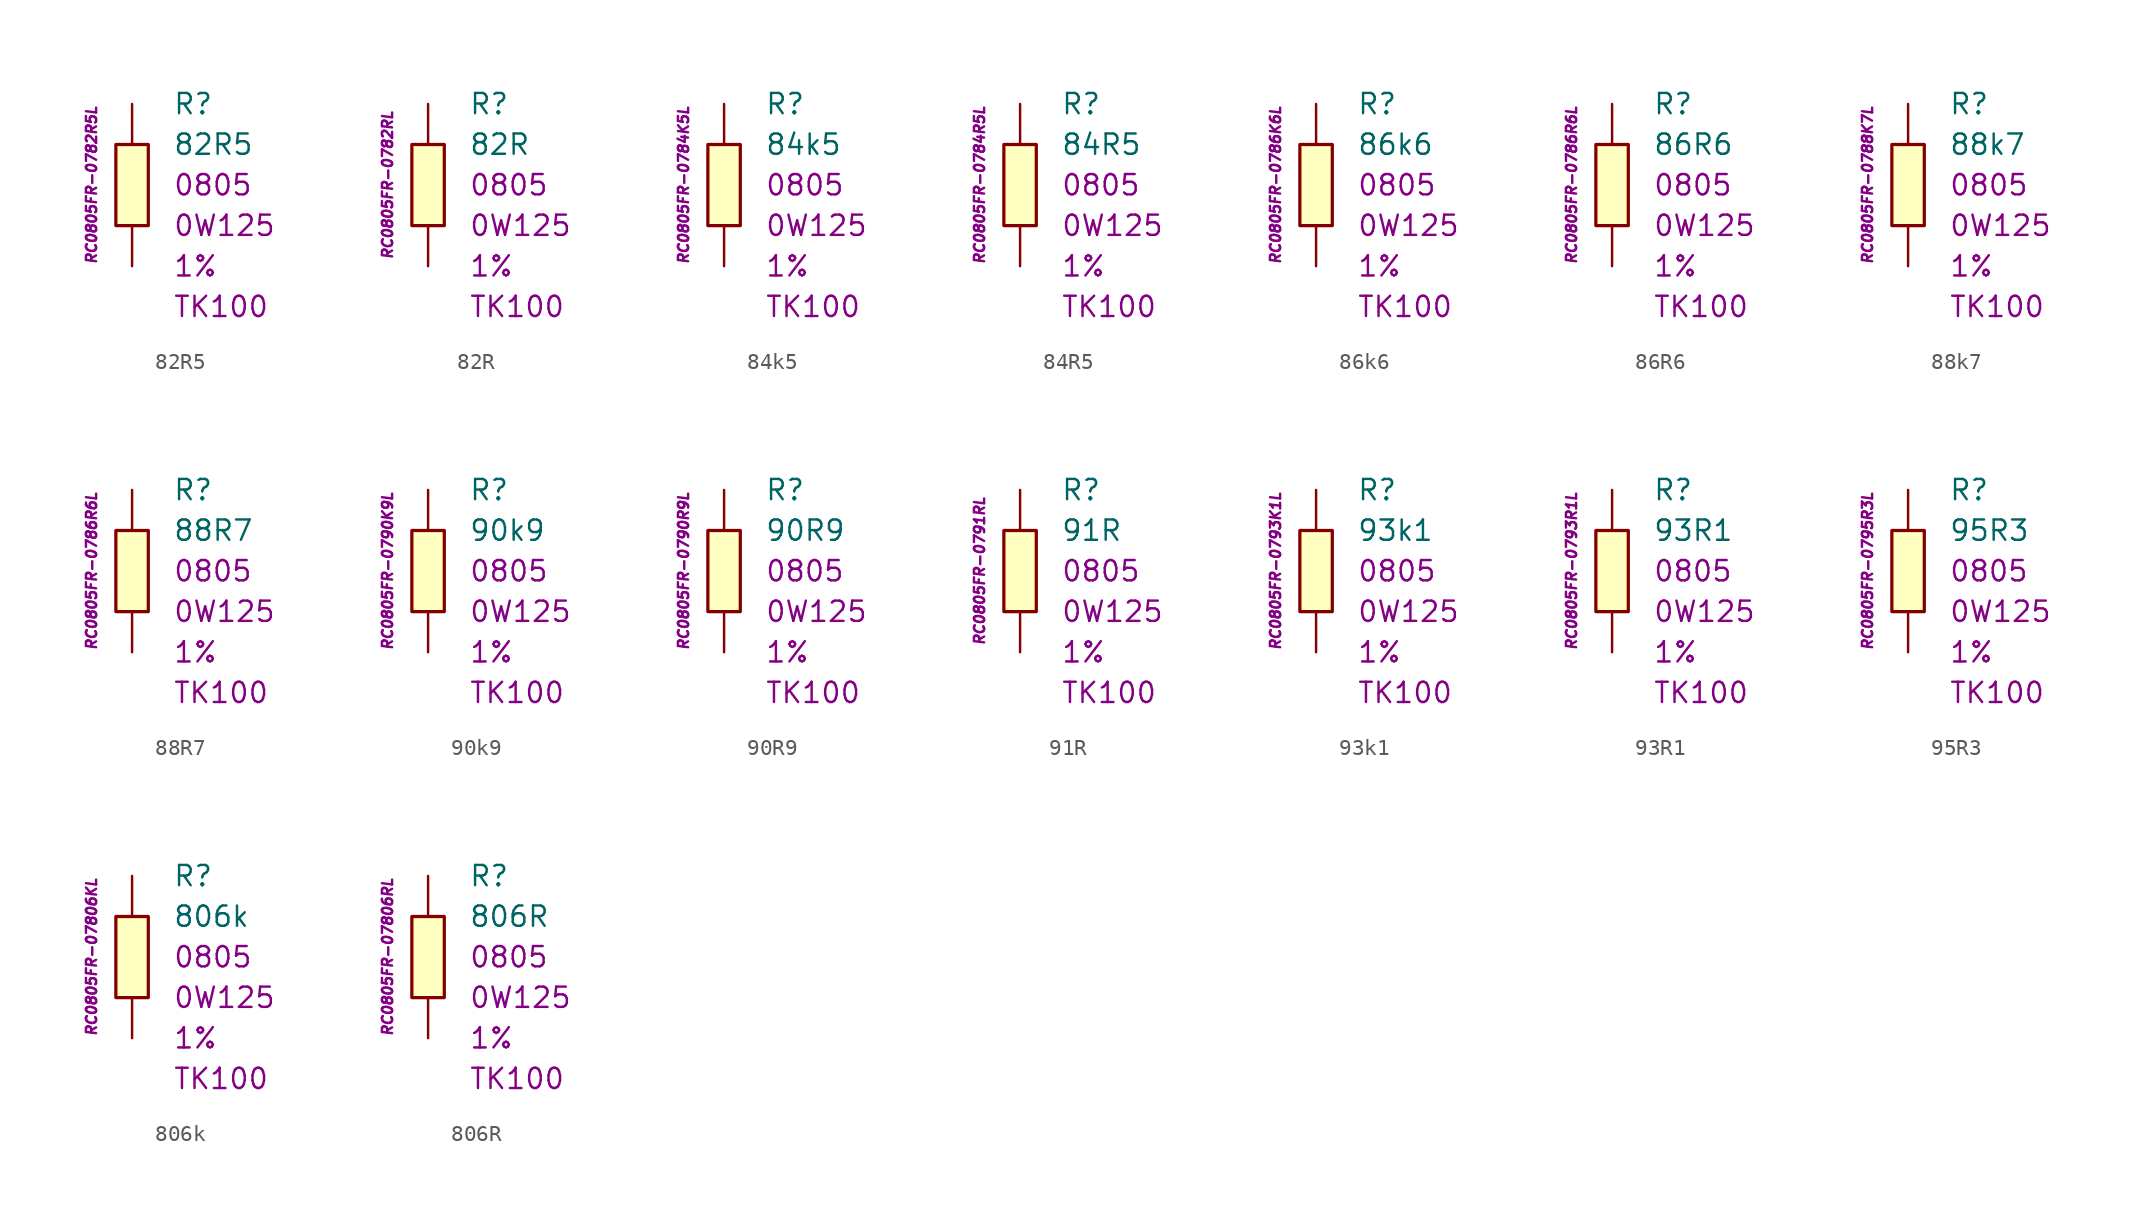
<source format=kicad_sym>
(kicad_symbol_lib
  (version 20201005)
  (generator kicad_symbol_editor)
  (symbol "82R5"
    (pin_numbers hide)
    (pin_names
      (offset 1.016) hide)
    (property "Reference" "R"
      (at 2.54 5.08 0)
      (effects (font (size 1.27 1.27)) (justify left)))
    (property "Value" "82R5"
      (at 2.54 2.54 0)
      (effects (font (size 1.27 1.27)) (justify left)))
    (property "Package" "0805"
      (at 2.54 0 0)
      (effects (font (size 1.27 1.27)) (justify left)))
    (property "Power" "0W125"
      (at 2.54 -2.54 0)
      (effects (font (size 1.27 1.27)) (justify left)))
    (property "Tolerance" "1%"
      (at 2.54 -5.08 0)
      (effects (font (size 1.27 1.27)) (justify left)))
    (property "TK" "TK100"
      (at 2.54 -7.62 0)
      (effects (font (size 1.27 1.27)) (justify left)))
    (property "ID" "RC0805FR-0782R5L"
      (at -2.54 0 90)
      (effects (font (size 0.635 0.635) italic)))
    (symbol "82R5_0_1"
      (rectangle (start -1.016 2.54) (end 1.016 -2.54) (stroke (width 0.203)) (fill (type background))))
    (symbol "82R5_1_1"
      (pin passive line (at 0 5.08 270) (length 2.54) (name "~" (effects (font (size 1.778 1.778)))) (number "1" (effects (font (size 1.778 1.778)))))
      (pin passive line (at 0 -5.08 90) (length 2.54) (name "~" (effects (font (size 1.778 1.778)))) (number "2" (effects (font (size 1.778 1.778)))))))
  (symbol "82R"
    (pin_numbers hide)
    (pin_names
      (offset 1.016) hide)
    (property "Reference" "R"
      (at 2.54 5.08 0)
      (effects (font (size 1.27 1.27)) (justify left)))
    (property "Value" "82R"
      (at 2.54 2.54 0)
      (effects (font (size 1.27 1.27)) (justify left)))
    (property "Package" "0805"
      (at 2.54 0 0)
      (effects (font (size 1.27 1.27)) (justify left)))
    (property "Power" "0W125"
      (at 2.54 -2.54 0)
      (effects (font (size 1.27 1.27)) (justify left)))
    (property "Tolerance" "1%"
      (at 2.54 -5.08 0)
      (effects (font (size 1.27 1.27)) (justify left)))
    (property "TK" "TK100"
      (at 2.54 -7.62 0)
      (effects (font (size 1.27 1.27)) (justify left)))
    (property "ID" "RC0805FR-0782RL"
      (at -2.54 0 90)
      (effects (font (size 0.635 0.635) italic)))
    (symbol "82R_0_1"
      (rectangle (start -1.016 2.54) (end 1.016 -2.54) (stroke (width 0.203)) (fill (type background))))
    (symbol "82R_1_1"
      (pin passive line (at 0 5.08 270) (length 2.54) (name "~" (effects (font (size 1.778 1.778)))) (number "1" (effects (font (size 1.778 1.778)))))
      (pin passive line (at 0 -5.08 90) (length 2.54) (name "~" (effects (font (size 1.778 1.778)))) (number "2" (effects (font (size 1.778 1.778)))))))
  (symbol "84k5"
    (pin_numbers hide)
    (pin_names
      (offset 1.016) hide)
    (property "Reference" "R"
      (at 2.54 5.08 0)
      (effects (font (size 1.27 1.27)) (justify left)))
    (property "Value" "84k5"
      (at 2.54 2.54 0)
      (effects (font (size 1.27 1.27)) (justify left)))
    (property "Package" "0805"
      (at 2.54 0 0)
      (effects (font (size 1.27 1.27)) (justify left)))
    (property "Power" "0W125"
      (at 2.54 -2.54 0)
      (effects (font (size 1.27 1.27)) (justify left)))
    (property "Tolerance" "1%"
      (at 2.54 -5.08 0)
      (effects (font (size 1.27 1.27)) (justify left)))
    (property "TK" "TK100"
      (at 2.54 -7.62 0)
      (effects (font (size 1.27 1.27)) (justify left)))
    (property "ID" "RC0805FR-0784K5L"
      (at -2.54 0 90)
      (effects (font (size 0.635 0.635) italic)))
    (symbol "84k5_0_1"
      (rectangle (start -1.016 2.54) (end 1.016 -2.54) (stroke (width 0.203)) (fill (type background))))
    (symbol "84k5_1_1"
      (pin passive line (at 0 5.08 270) (length 2.54) (name "~" (effects (font (size 1.778 1.778)))) (number "1" (effects (font (size 1.778 1.778)))))
      (pin passive line (at 0 -5.08 90) (length 2.54) (name "~" (effects (font (size 1.778 1.778)))) (number "2" (effects (font (size 1.778 1.778)))))))
  (symbol "84R5"
    (pin_numbers hide)
    (pin_names
      (offset 1.016) hide)
    (property "Reference" "R"
      (at 2.54 5.08 0)
      (effects (font (size 1.27 1.27)) (justify left)))
    (property "Value" "84R5"
      (at 2.54 2.54 0)
      (effects (font (size 1.27 1.27)) (justify left)))
    (property "Package" "0805"
      (at 2.54 0 0)
      (effects (font (size 1.27 1.27)) (justify left)))
    (property "Power" "0W125"
      (at 2.54 -2.54 0)
      (effects (font (size 1.27 1.27)) (justify left)))
    (property "Tolerance" "1%"
      (at 2.54 -5.08 0)
      (effects (font (size 1.27 1.27)) (justify left)))
    (property "TK" "TK100"
      (at 2.54 -7.62 0)
      (effects (font (size 1.27 1.27)) (justify left)))
    (property "ID" "RC0805FR-0784R5L"
      (at -2.54 0 90)
      (effects (font (size 0.635 0.635) italic)))
    (symbol "84R5_0_1"
      (rectangle (start -1.016 2.54) (end 1.016 -2.54) (stroke (width 0.203)) (fill (type background))))
    (symbol "84R5_1_1"
      (pin passive line (at 0 5.08 270) (length 2.54) (name "~" (effects (font (size 1.778 1.778)))) (number "1" (effects (font (size 1.778 1.778)))))
      (pin passive line (at 0 -5.08 90) (length 2.54) (name "~" (effects (font (size 1.778 1.778)))) (number "2" (effects (font (size 1.778 1.778)))))))
  (symbol "86k6"
    (pin_numbers hide)
    (pin_names
      (offset 1.016) hide)
    (property "Reference" "R"
      (at 2.54 5.08 0)
      (effects (font (size 1.27 1.27)) (justify left)))
    (property "Value" "86k6"
      (at 2.54 2.54 0)
      (effects (font (size 1.27 1.27)) (justify left)))
    (property "Package" "0805"
      (at 2.54 0 0)
      (effects (font (size 1.27 1.27)) (justify left)))
    (property "Power" "0W125"
      (at 2.54 -2.54 0)
      (effects (font (size 1.27 1.27)) (justify left)))
    (property "Tolerance" "1%"
      (at 2.54 -5.08 0)
      (effects (font (size 1.27 1.27)) (justify left)))
    (property "TK" "TK100"
      (at 2.54 -7.62 0)
      (effects (font (size 1.27 1.27)) (justify left)))
    (property "ID" "RC0805FR-0786K6L"
      (at -2.54 0 90)
      (effects (font (size 0.635 0.635) italic)))
    (symbol "86k6_0_1"
      (rectangle (start -1.016 2.54) (end 1.016 -2.54) (stroke (width 0.203)) (fill (type background))))
    (symbol "86k6_1_1"
      (pin passive line (at 0 5.08 270) (length 2.54) (name "~" (effects (font (size 1.778 1.778)))) (number "1" (effects (font (size 1.778 1.778)))))
      (pin passive line (at 0 -5.08 90) (length 2.54) (name "~" (effects (font (size 1.778 1.778)))) (number "2" (effects (font (size 1.778 1.778)))))))
  (symbol "86R6"
    (pin_numbers hide)
    (pin_names
      (offset 1.016) hide)
    (property "Reference" "R"
      (at 2.54 5.08 0)
      (effects (font (size 1.27 1.27)) (justify left)))
    (property "Value" "86R6"
      (at 2.54 2.54 0)
      (effects (font (size 1.27 1.27)) (justify left)))
    (property "Package" "0805"
      (at 2.54 0 0)
      (effects (font (size 1.27 1.27)) (justify left)))
    (property "Power" "0W125"
      (at 2.54 -2.54 0)
      (effects (font (size 1.27 1.27)) (justify left)))
    (property "Tolerance" "1%"
      (at 2.54 -5.08 0)
      (effects (font (size 1.27 1.27)) (justify left)))
    (property "TK" "TK100"
      (at 2.54 -7.62 0)
      (effects (font (size 1.27 1.27)) (justify left)))
    (property "ID" "RC0805FR-0786R6L"
      (at -2.54 0 90)
      (effects (font (size 0.635 0.635) italic)))
    (symbol "86R6_0_1"
      (rectangle (start -1.016 2.54) (end 1.016 -2.54) (stroke (width 0.203)) (fill (type background))))
    (symbol "86R6_1_1"
      (pin passive line (at 0 5.08 270) (length 2.54) (name "~" (effects (font (size 1.778 1.778)))) (number "1" (effects (font (size 1.778 1.778)))))
      (pin passive line (at 0 -5.08 90) (length 2.54) (name "~" (effects (font (size 1.778 1.778)))) (number "2" (effects (font (size 1.778 1.778)))))))
  (symbol "88k7"
    (pin_numbers hide)
    (pin_names
      (offset 1.016) hide)
    (property "Reference" "R"
      (at 2.54 5.08 0)
      (effects (font (size 1.27 1.27)) (justify left)))
    (property "Value" "88k7"
      (at 2.54 2.54 0)
      (effects (font (size 1.27 1.27)) (justify left)))
    (property "Package" "0805"
      (at 2.54 0 0)
      (effects (font (size 1.27 1.27)) (justify left)))
    (property "Power" "0W125"
      (at 2.54 -2.54 0)
      (effects (font (size 1.27 1.27)) (justify left)))
    (property "Tolerance" "1%"
      (at 2.54 -5.08 0)
      (effects (font (size 1.27 1.27)) (justify left)))
    (property "TK" "TK100"
      (at 2.54 -7.62 0)
      (effects (font (size 1.27 1.27)) (justify left)))
    (property "ID" "RC0805FR-0788K7L"
      (at -2.54 0 90)
      (effects (font (size 0.635 0.635) italic)))
    (symbol "88k7_0_1"
      (rectangle (start -1.016 2.54) (end 1.016 -2.54) (stroke (width 0.203)) (fill (type background))))
    (symbol "88k7_1_1"
      (pin passive line (at 0 5.08 270) (length 2.54) (name "~" (effects (font (size 1.778 1.778)))) (number "1" (effects (font (size 1.778 1.778)))))
      (pin passive line (at 0 -5.08 90) (length 2.54) (name "~" (effects (font (size 1.778 1.778)))) (number "2" (effects (font (size 1.778 1.778)))))))
  (symbol "88R7"
    (pin_numbers hide)
    (pin_names
      (offset 1.016) hide)
    (property "Reference" "R"
      (at 2.54 5.08 0)
      (effects (font (size 1.27 1.27)) (justify left)))
    (property "Value" "88R7"
      (at 2.54 2.54 0)
      (effects (font (size 1.27 1.27)) (justify left)))
    (property "Package" "0805"
      (at 2.54 0 0)
      (effects (font (size 1.27 1.27)) (justify left)))
    (property "Power" "0W125"
      (at 2.54 -2.54 0)
      (effects (font (size 1.27 1.27)) (justify left)))
    (property "Tolerance" "1%"
      (at 2.54 -5.08 0)
      (effects (font (size 1.27 1.27)) (justify left)))
    (property "TK" "TK100"
      (at 2.54 -7.62 0)
      (effects (font (size 1.27 1.27)) (justify left)))
    (property "ID" "RC0805FR-0786R6L"
      (at -2.54 0 90)
      (effects (font (size 0.635 0.635) italic)))
    (symbol "88R7_0_1"
      (rectangle (start -1.016 2.54) (end 1.016 -2.54) (stroke (width 0.203)) (fill (type background))))
    (symbol "88R7_1_1"
      (pin passive line (at 0 5.08 270) (length 2.54) (name "~" (effects (font (size 1.778 1.778)))) (number "1" (effects (font (size 1.778 1.778)))))
      (pin passive line (at 0 -5.08 90) (length 2.54) (name "~" (effects (font (size 1.778 1.778)))) (number "2" (effects (font (size 1.778 1.778)))))))
  (symbol "90k9"
    (pin_numbers hide)
    (pin_names
      (offset 1.016) hide)
    (property "Reference" "R"
      (at 2.54 5.08 0)
      (effects (font (size 1.27 1.27)) (justify left)))
    (property "Value" "90k9"
      (at 2.54 2.54 0)
      (effects (font (size 1.27 1.27)) (justify left)))
    (property "Package" "0805"
      (at 2.54 0 0)
      (effects (font (size 1.27 1.27)) (justify left)))
    (property "Power" "0W125"
      (at 2.54 -2.54 0)
      (effects (font (size 1.27 1.27)) (justify left)))
    (property "Tolerance" "1%"
      (at 2.54 -5.08 0)
      (effects (font (size 1.27 1.27)) (justify left)))
    (property "TK" "TK100"
      (at 2.54 -7.62 0)
      (effects (font (size 1.27 1.27)) (justify left)))
    (property "ID" "RC0805FR-0790K9L"
      (at -2.54 0 90)
      (effects (font (size 0.635 0.635) italic)))
    (symbol "90k9_0_1"
      (rectangle (start -1.016 2.54) (end 1.016 -2.54) (stroke (width 0.203)) (fill (type background))))
    (symbol "90k9_1_1"
      (pin passive line (at 0 5.08 270) (length 2.54) (name "~" (effects (font (size 1.778 1.778)))) (number "1" (effects (font (size 1.778 1.778)))))
      (pin passive line (at 0 -5.08 90) (length 2.54) (name "~" (effects (font (size 1.778 1.778)))) (number "2" (effects (font (size 1.778 1.778)))))))
  (symbol "90R9"
    (pin_numbers hide)
    (pin_names
      (offset 1.016) hide)
    (property "Reference" "R"
      (at 2.54 5.08 0)
      (effects (font (size 1.27 1.27)) (justify left)))
    (property "Value" "90R9"
      (at 2.54 2.54 0)
      (effects (font (size 1.27 1.27)) (justify left)))
    (property "Package" "0805"
      (at 2.54 0 0)
      (effects (font (size 1.27 1.27)) (justify left)))
    (property "Power" "0W125"
      (at 2.54 -2.54 0)
      (effects (font (size 1.27 1.27)) (justify left)))
    (property "Tolerance" "1%"
      (at 2.54 -5.08 0)
      (effects (font (size 1.27 1.27)) (justify left)))
    (property "TK" "TK100"
      (at 2.54 -7.62 0)
      (effects (font (size 1.27 1.27)) (justify left)))
    (property "ID" "RC0805FR-0790R9L"
      (at -2.54 0 90)
      (effects (font (size 0.635 0.635) italic)))
    (symbol "90R9_0_1"
      (rectangle (start -1.016 2.54) (end 1.016 -2.54) (stroke (width 0.203)) (fill (type background))))
    (symbol "90R9_1_1"
      (pin passive line (at 0 5.08 270) (length 2.54) (name "~" (effects (font (size 1.778 1.778)))) (number "1" (effects (font (size 1.778 1.778)))))
      (pin passive line (at 0 -5.08 90) (length 2.54) (name "~" (effects (font (size 1.778 1.778)))) (number "2" (effects (font (size 1.778 1.778)))))))
  (symbol "91R"
    (pin_numbers hide)
    (pin_names
      (offset 1.016) hide)
    (property "Reference" "R"
      (at 2.54 5.08 0)
      (effects (font (size 1.27 1.27)) (justify left)))
    (property "Value" "91R"
      (at 2.54 2.54 0)
      (effects (font (size 1.27 1.27)) (justify left)))
    (property "Package" "0805"
      (at 2.54 0 0)
      (effects (font (size 1.27 1.27)) (justify left)))
    (property "Power" "0W125"
      (at 2.54 -2.54 0)
      (effects (font (size 1.27 1.27)) (justify left)))
    (property "Tolerance" "1%"
      (at 2.54 -5.08 0)
      (effects (font (size 1.27 1.27)) (justify left)))
    (property "TK" "TK100"
      (at 2.54 -7.62 0)
      (effects (font (size 1.27 1.27)) (justify left)))
    (property "ID" "RC0805FR-0791RL"
      (at -2.54 0 90)
      (effects (font (size 0.635 0.635) italic)))
    (symbol "91R_0_1"
      (rectangle (start -1.016 2.54) (end 1.016 -2.54) (stroke (width 0.203)) (fill (type background))))
    (symbol "91R_1_1"
      (pin passive line (at 0 5.08 270) (length 2.54) (name "~" (effects (font (size 1.778 1.778)))) (number "1" (effects (font (size 1.778 1.778)))))
      (pin passive line (at 0 -5.08 90) (length 2.54) (name "~" (effects (font (size 1.778 1.778)))) (number "2" (effects (font (size 1.778 1.778)))))))
  (symbol "93k1"
    (pin_numbers hide)
    (pin_names
      (offset 1.016) hide)
    (property "Reference" "R"
      (at 2.54 5.08 0)
      (effects (font (size 1.27 1.27)) (justify left)))
    (property "Value" "93k1"
      (at 2.54 2.54 0)
      (effects (font (size 1.27 1.27)) (justify left)))
    (property "Package" "0805"
      (at 2.54 0 0)
      (effects (font (size 1.27 1.27)) (justify left)))
    (property "Power" "0W125"
      (at 2.54 -2.54 0)
      (effects (font (size 1.27 1.27)) (justify left)))
    (property "Tolerance" "1%"
      (at 2.54 -5.08 0)
      (effects (font (size 1.27 1.27)) (justify left)))
    (property "TK" "TK100"
      (at 2.54 -7.62 0)
      (effects (font (size 1.27 1.27)) (justify left)))
    (property "ID" "RC0805FR-0793K1L"
      (at -2.54 0 90)
      (effects (font (size 0.635 0.635) italic)))
    (symbol "93k1_0_1"
      (rectangle (start -1.016 2.54) (end 1.016 -2.54) (stroke (width 0.203)) (fill (type background))))
    (symbol "93k1_1_1"
      (pin passive line (at 0 5.08 270) (length 2.54) (name "~" (effects (font (size 1.778 1.778)))) (number "1" (effects (font (size 1.778 1.778)))))
      (pin passive line (at 0 -5.08 90) (length 2.54) (name "~" (effects (font (size 1.778 1.778)))) (number "2" (effects (font (size 1.778 1.778)))))))
  (symbol "93R1"
    (pin_numbers hide)
    (pin_names
      (offset 1.016) hide)
    (property "Reference" "R"
      (at 2.54 5.08 0)
      (effects (font (size 1.27 1.27)) (justify left)))
    (property "Value" "93R1"
      (at 2.54 2.54 0)
      (effects (font (size 1.27 1.27)) (justify left)))
    (property "Package" "0805"
      (at 2.54 0 0)
      (effects (font (size 1.27 1.27)) (justify left)))
    (property "Power" "0W125"
      (at 2.54 -2.54 0)
      (effects (font (size 1.27 1.27)) (justify left)))
    (property "Tolerance" "1%"
      (at 2.54 -5.08 0)
      (effects (font (size 1.27 1.27)) (justify left)))
    (property "TK" "TK100"
      (at 2.54 -7.62 0)
      (effects (font (size 1.27 1.27)) (justify left)))
    (property "ID" "RC0805FR-0793R1L"
      (at -2.54 0 90)
      (effects (font (size 0.635 0.635) italic)))
    (symbol "93R1_0_1"
      (rectangle (start -1.016 2.54) (end 1.016 -2.54) (stroke (width 0.203)) (fill (type background))))
    (symbol "93R1_1_1"
      (pin passive line (at 0 5.08 270) (length 2.54) (name "~" (effects (font (size 1.778 1.778)))) (number "1" (effects (font (size 1.778 1.778)))))
      (pin passive line (at 0 -5.08 90) (length 2.54) (name "~" (effects (font (size 1.778 1.778)))) (number "2" (effects (font (size 1.778 1.778)))))))
  (symbol "95R3"
    (pin_numbers hide)
    (pin_names
      (offset 1.016) hide)
    (property "Reference" "R"
      (at 2.54 5.08 0)
      (effects (font (size 1.27 1.27)) (justify left)))
    (property "Value" "95R3"
      (at 2.54 2.54 0)
      (effects (font (size 1.27 1.27)) (justify left)))
    (property "Package" "0805"
      (at 2.54 0 0)
      (effects (font (size 1.27 1.27)) (justify left)))
    (property "Power" "0W125"
      (at 2.54 -2.54 0)
      (effects (font (size 1.27 1.27)) (justify left)))
    (property "Tolerance" "1%"
      (at 2.54 -5.08 0)
      (effects (font (size 1.27 1.27)) (justify left)))
    (property "TK" "TK100"
      (at 2.54 -7.62 0)
      (effects (font (size 1.27 1.27)) (justify left)))
    (property "ID" "RC0805FR-0795R3L"
      (at -2.54 0 90)
      (effects (font (size 0.635 0.635) italic)))
    (symbol "95R3_0_1"
      (rectangle (start -1.016 2.54) (end 1.016 -2.54) (stroke (width 0.203)) (fill (type background))))
    (symbol "95R3_1_1"
      (pin passive line (at 0 5.08 270) (length 2.54) (name "~" (effects (font (size 1.778 1.778)))) (number "1" (effects (font (size 1.778 1.778)))))
      (pin passive line (at 0 -5.08 90) (length 2.54) (name "~" (effects (font (size 1.778 1.778)))) (number "2" (effects (font (size 1.778 1.778)))))))
  (symbol "806k"
    (pin_numbers hide)
    (pin_names
      (offset 1.016) hide)
    (property "Reference" "R"
      (at 2.54 5.08 0)
      (effects (font (size 1.27 1.27)) (justify left)))
    (property "Value" "806k"
      (at 2.54 2.54 0)
      (effects (font (size 1.27 1.27)) (justify left)))
    (property "Package" "0805"
      (at 2.54 0 0)
      (effects (font (size 1.27 1.27)) (justify left)))
    (property "Power" "0W125"
      (at 2.54 -2.54 0)
      (effects (font (size 1.27 1.27)) (justify left)))
    (property "Tolerance" "1%"
      (at 2.54 -5.08 0)
      (effects (font (size 1.27 1.27)) (justify left)))
    (property "TK" "TK100"
      (at 2.54 -7.62 0)
      (effects (font (size 1.27 1.27)) (justify left)))
    (property "ID" "RC0805FR-07806KL"
      (at -2.54 0 90)
      (effects (font (size 0.635 0.635) italic)))
    (symbol "806k_0_1"
      (rectangle (start -1.016 2.54) (end 1.016 -2.54) (stroke (width 0.203)) (fill (type background))))
    (symbol "806k_1_1"
      (pin passive line (at 0 5.08 270) (length 2.54) (name "~" (effects (font (size 1.778 1.778)))) (number "1" (effects (font (size 1.778 1.778)))))
      (pin passive line (at 0 -5.08 90) (length 2.54) (name "~" (effects (font (size 1.778 1.778)))) (number "2" (effects (font (size 1.778 1.778)))))))
  (symbol "806R"
    (pin_numbers hide)
    (pin_names
      (offset 1.016) hide)
    (property "Reference" "R"
      (at 2.54 5.08 0)
      (effects (font (size 1.27 1.27)) (justify left)))
    (property "Value" "806R"
      (at 2.54 2.54 0)
      (effects (font (size 1.27 1.27)) (justify left)))
    (property "Package" "0805"
      (at 2.54 0 0)
      (effects (font (size 1.27 1.27)) (justify left)))
    (property "Power" "0W125"
      (at 2.54 -2.54 0)
      (effects (font (size 1.27 1.27)) (justify left)))
    (property "Tolerance" "1%"
      (at 2.54 -5.08 0)
      (effects (font (size 1.27 1.27)) (justify left)))
    (property "TK" "TK100"
      (at 2.54 -7.62 0)
      (effects (font (size 1.27 1.27)) (justify left)))
    (property "ID" "RC0805FR-07806RL"
      (at -2.54 0 90)
      (effects (font (size 0.635 0.635) italic)))
    (symbol "806R_0_1"
      (rectangle (start -1.016 2.54) (end 1.016 -2.54) (stroke (width 0.203)) (fill (type background))))
    (symbol "806R_1_1"
      (pin passive line (at 0 5.08 270) (length 2.54) (name "~" (effects (font (size 1.778 1.778)))) (number "1" (effects (font (size 1.778 1.778)))))
      (pin passive line (at 0 -5.08 90) (length 2.54) (name "~" (effects (font (size 1.778 1.778)))) (number "2" (effects (font (size 1.778 1.778))))))))
</source>
